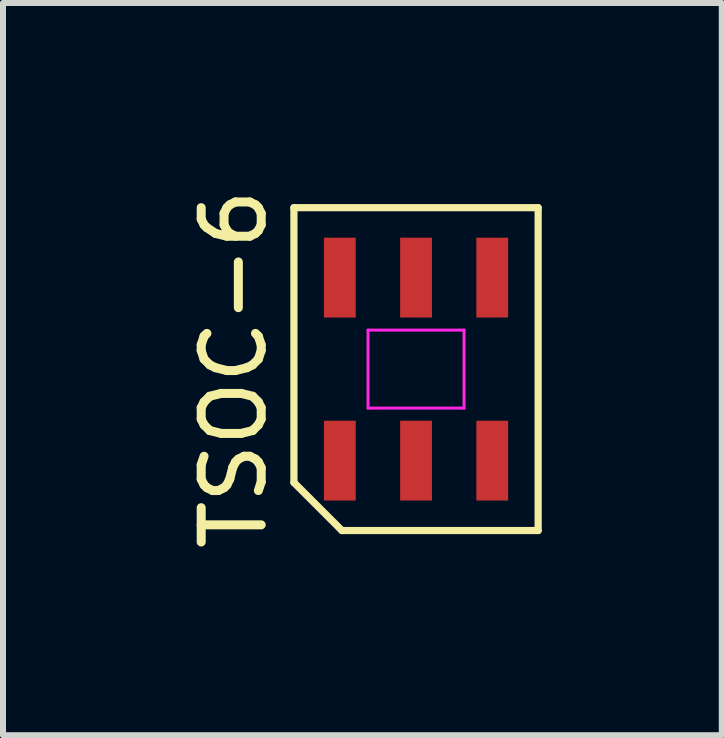
<source format=kicad_pcb>
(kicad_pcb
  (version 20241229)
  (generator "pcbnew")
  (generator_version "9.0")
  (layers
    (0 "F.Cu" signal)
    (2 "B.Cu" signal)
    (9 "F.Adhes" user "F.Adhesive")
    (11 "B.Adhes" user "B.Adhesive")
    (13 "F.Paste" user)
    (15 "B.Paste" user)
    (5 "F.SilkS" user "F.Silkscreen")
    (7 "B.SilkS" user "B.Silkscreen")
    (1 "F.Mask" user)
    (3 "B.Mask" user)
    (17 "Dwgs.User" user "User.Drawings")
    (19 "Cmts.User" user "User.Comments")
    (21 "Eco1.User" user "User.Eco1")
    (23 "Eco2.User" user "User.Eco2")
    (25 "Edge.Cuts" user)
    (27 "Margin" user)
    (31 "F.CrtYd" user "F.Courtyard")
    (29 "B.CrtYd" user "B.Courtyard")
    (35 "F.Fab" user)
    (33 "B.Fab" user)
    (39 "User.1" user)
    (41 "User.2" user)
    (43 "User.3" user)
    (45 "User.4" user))
  (footprint "TSOC-6"
    (layer "F.Cu")
    (at 3.883 3.101)
    (property "Reference" "TSOC-6" (at -3.035 0 90) (layer "F.SilkS") (effects (font (size 1 1) (thickness 0.15))))
    (attr smd)
    (fp_line (start -2.035 -2.69) (end 2.035 -2.69) (stroke (width 0.12) (type solid)) (layer "F.SilkS"))
    (fp_line (start -2.035 1.89) (end -2.035 -2.69) (stroke (width 0.12) (type solid)) (layer "F.SilkS"))
    (fp_line (start -1.235 2.69) (end -2.035 1.89) (stroke (width 0.12) (type solid)) (layer "F.SilkS"))
    (fp_line (start 2.035 -2.69) (end 2.035 2.69) (stroke (width 0.12) (type solid)) (layer "F.SilkS"))
    (fp_line (start 2.035 2.69) (end -1.235 2.69) (stroke (width 0.12) (type solid)) (layer "F.SilkS"))
    (fp_line (start -0.8 -0.65) (end 0.8 -0.65) (stroke (width 0.05) (type solid)) (layer "F.CrtYd"))
    (fp_line (start -0.8 0.65) (end -0.8 -0.65) (stroke (width 0.05) (type solid)) (layer "F.CrtYd"))
    (fp_line (start 0.8 -0.65) (end 0.8 0.65) (stroke (width 0.05) (type solid)) (layer "F.CrtYd"))
    (fp_line (start 0.8 0.65) (end -0.8 0.65) (stroke (width 0.05) (type solid)) (layer "F.CrtYd"))
    (pad "1" smd rect (at -1.27 1.525) (size 0.53 1.33) (layers "F.Cu" "F.Mask" "F.Paste"))
    (pad "2" smd rect (at 0 1.525) (size 0.53 1.33) (layers "F.Cu" "F.Mask" "F.Paste"))
    (pad "3" smd rect (at 1.27 1.525) (size 0.53 1.33) (layers "F.Cu" "F.Mask" "F.Paste"))
    (pad "4" smd rect (at 1.27 -1.525) (size 0.53 1.33) (layers "F.Cu" "F.Mask" "F.Paste"))
    (pad "5" smd rect (at 0 -1.525) (size 0.53 1.33) (layers "F.Cu" "F.Mask" "F.Paste"))
    (pad "6" smd rect (at -1.27 -1.525) (size 0.53 1.33) (layers "F.Cu" "F.Mask" "F.Paste")))
  (gr_rect
    (start -3 -3)
    (end 8.978 9.202)
    (stroke (width 0.1) (type default))
    (fill no)
    (layer "Edge.Cuts")))
</source>
